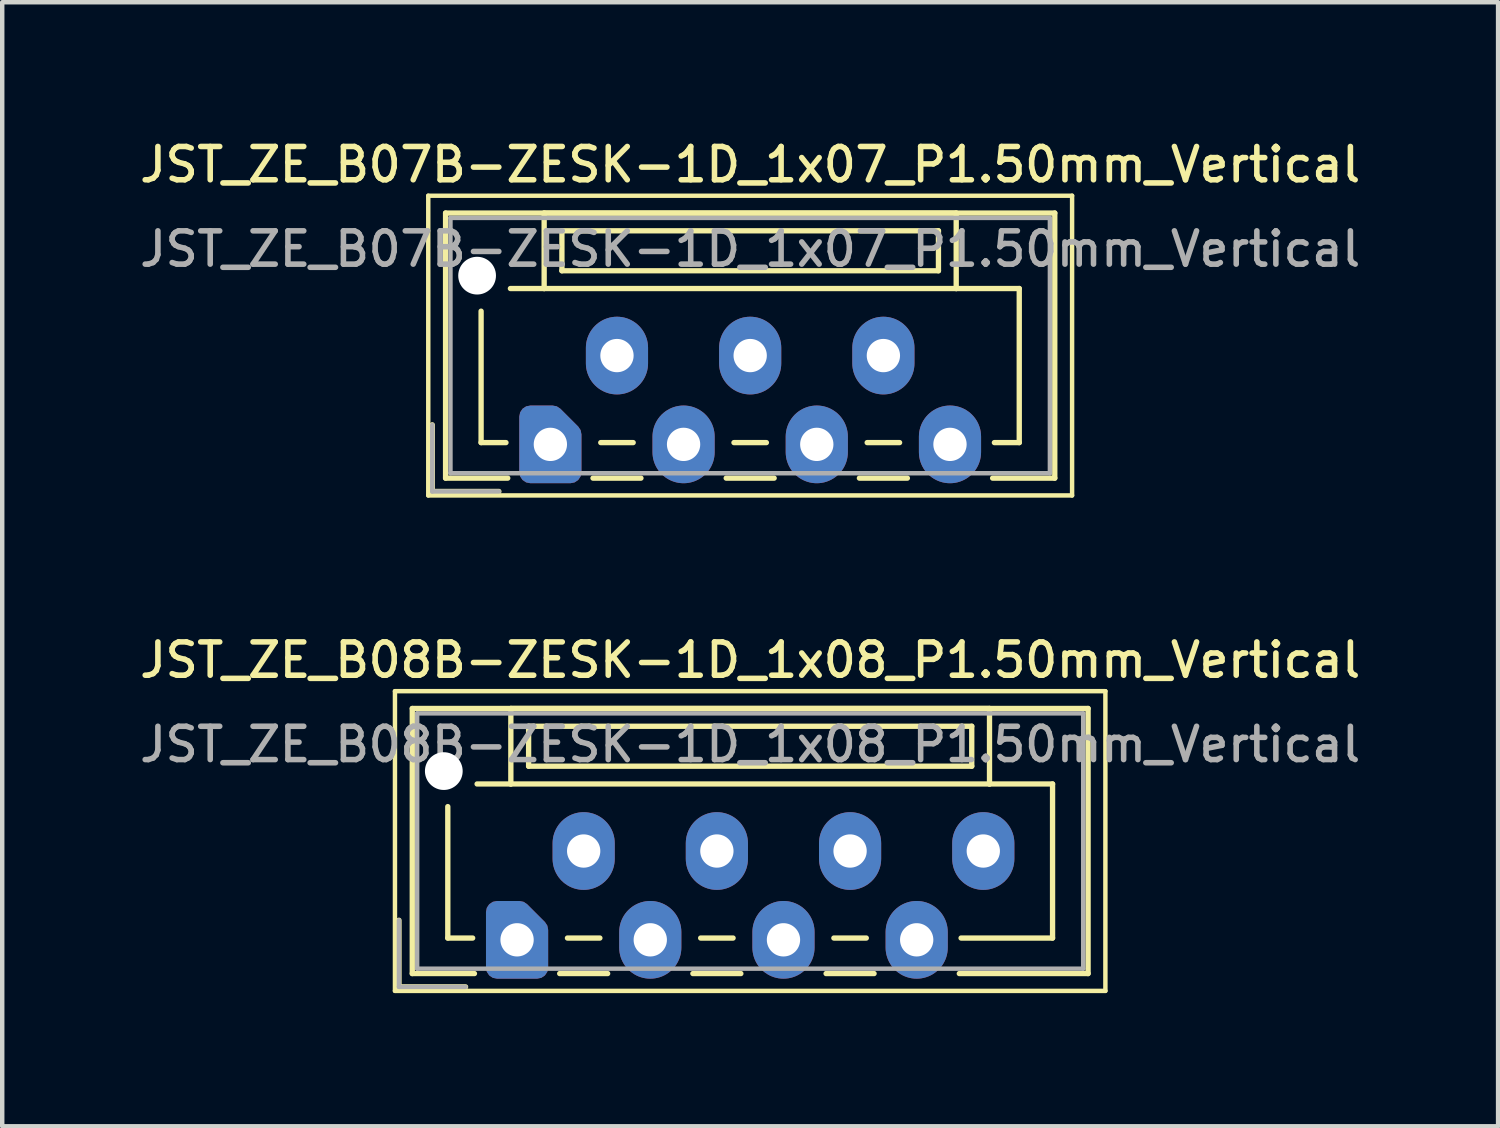
<source format=kicad_pcb>
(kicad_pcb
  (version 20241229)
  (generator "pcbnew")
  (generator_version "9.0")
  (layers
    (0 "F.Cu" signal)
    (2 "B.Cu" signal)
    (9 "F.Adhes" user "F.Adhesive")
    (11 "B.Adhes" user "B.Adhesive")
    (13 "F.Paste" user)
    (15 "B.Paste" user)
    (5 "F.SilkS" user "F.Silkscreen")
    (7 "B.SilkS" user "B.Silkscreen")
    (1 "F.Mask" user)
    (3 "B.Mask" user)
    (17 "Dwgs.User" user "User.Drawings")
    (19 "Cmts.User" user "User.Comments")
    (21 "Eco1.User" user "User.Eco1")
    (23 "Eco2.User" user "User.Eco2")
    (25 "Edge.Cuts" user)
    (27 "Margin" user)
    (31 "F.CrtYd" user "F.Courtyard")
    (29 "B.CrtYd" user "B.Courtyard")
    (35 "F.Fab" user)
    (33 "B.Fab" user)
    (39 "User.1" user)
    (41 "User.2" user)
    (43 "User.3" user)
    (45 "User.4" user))
  (footprint "JST_ZE_B07B-ZESK-1D_1x07_P1.50mm_Vertical"
    (layer "F.Cu")
    (at 9.345 6.958)
    (property "Reference" "JST_ZE_B07B-ZESK-1D_1x07_P1.50mm_Vertical" (at 4.5 -6.3 0) (layer "F.SilkS") (effects (font (size 0.75 0.75) (thickness 0.125))))
    (attr through_hole)
    (fp_line (start -2.75 -5.6) (end -2.75 1.15) (stroke (width 0.1) (type solid)) (layer "F.SilkS"))
    (fp_line (start -2.75 1.15) (end 11.75 1.15) (stroke (width 0.1) (type solid)) (layer "F.SilkS"))
    (fp_line (start -2.66 -0.44) (end -2.66 1.06) (stroke (width 0.12) (type solid)) (layer "F.SilkS"))
    (fp_line (start -2.66 1.06) (end -1.16 1.06) (stroke (width 0.12) (type solid)) (layer "F.SilkS"))
    (fp_line (start -2.36 -5.21) (end 11.36 -5.21) (stroke (width 0.12) (type solid)) (layer "F.SilkS"))
    (fp_line (start -2.36 0.76) (end -2.36 -5.21) (stroke (width 0.12) (type solid)) (layer "F.SilkS"))
    (fp_line (start -1.56 -3) (end -1.56 -0.04) (stroke (width 0.12) (type solid)) (layer "F.SilkS"))
    (fp_line (start -1.56 -0.04) (end -1 -0.04) (stroke (width 0.12) (type solid)) (layer "F.SilkS"))
    (fp_line (start -0.96 0.76) (end -2.36 0.76) (stroke (width 0.12) (type solid)) (layer "F.SilkS"))
    (fp_line (start -0.14 -5.21) (end -0.14 -3.51) (stroke (width 0.12) (type solid)) (layer "F.SilkS"))
    (fp_line (start -0.14 -3.51) (end -0.9 -3.51) (stroke (width 0.12) (type solid)) (layer "F.SilkS"))
    (fp_line (start -0.14 -3.51) (end 9.14 -3.51) (stroke (width 0.12) (type solid)) (layer "F.SilkS"))
    (fp_line (start 0.26 -4.81) (end 0.26 -3.91) (stroke (width 0.12) (type solid)) (layer "F.SilkS"))
    (fp_line (start 0.26 -3.91) (end 8.74 -3.91) (stroke (width 0.12) (type solid)) (layer "F.SilkS"))
    (fp_line (start 0.96 0.76) (end 2.04 0.76) (stroke (width 0.12) (type solid)) (layer "F.SilkS"))
    (fp_line (start 1.135 -0.04) (end 1.865 -0.04) (stroke (width 0.12) (type solid)) (layer "F.SilkS"))
    (fp_line (start 3.96 0.76) (end 5.04 0.76) (stroke (width 0.12) (type solid)) (layer "F.SilkS"))
    (fp_line (start 4.135 -0.04) (end 4.865 -0.04) (stroke (width 0.12) (type solid)) (layer "F.SilkS"))
    (fp_line (start 6.96 0.76) (end 8.04 0.76) (stroke (width 0.12) (type solid)) (layer "F.SilkS"))
    (fp_line (start 7.135 -0.04) (end 7.865 -0.04) (stroke (width 0.12) (type solid)) (layer "F.SilkS"))
    (fp_line (start 8.74 -4.81) (end 0.26 -4.81) (stroke (width 0.12) (type solid)) (layer "F.SilkS"))
    (fp_line (start 8.74 -3.91) (end 8.74 -4.81) (stroke (width 0.12) (type solid)) (layer "F.SilkS"))
    (fp_line (start 9.14 -5.21) (end -0.14 -5.21) (stroke (width 0.12) (type solid)) (layer "F.SilkS"))
    (fp_line (start 9.14 -3.51) (end 9.14 -5.21) (stroke (width 0.12) (type solid)) (layer "F.SilkS"))
    (fp_line (start 9.14 -3.51) (end 10.56 -3.51) (stroke (width 0.12) (type solid)) (layer "F.SilkS"))
    (fp_line (start 10.56 -3.51) (end 10.56 -0.04) (stroke (width 0.12) (type solid)) (layer "F.SilkS"))
    (fp_line (start 10.56 -0.04) (end 10 -0.04) (stroke (width 0.12) (type solid)) (layer "F.SilkS"))
    (fp_line (start 11.36 -5.21) (end 11.36 0.76) (stroke (width 0.12) (type solid)) (layer "F.SilkS"))
    (fp_line (start 11.36 0.76) (end 9.96 0.76) (stroke (width 0.12) (type solid)) (layer "F.SilkS"))
    (fp_line (start 11.75 -5.6) (end -2.75 -5.6) (stroke (width 0.1) (type solid)) (layer "F.SilkS"))
    (fp_line (start 11.75 1.15) (end 11.75 -5.6) (stroke (width 0.1) (type solid)) (layer "F.SilkS"))
    (fp_line (start -2.66 -0.44) (end -2.66 1.06) (stroke (width 0.1) (type solid)) (layer "F.Fab"))
    (fp_line (start -2.66 1.06) (end -1.16 1.06) (stroke (width 0.1) (type solid)) (layer "F.Fab"))
    (fp_line (start -2.25 -5.1) (end -2.25 0.65) (stroke (width 0.1) (type solid)) (layer "F.Fab"))
    (fp_line (start -2.25 0.65) (end 11.25 0.65) (stroke (width 0.1) (type solid)) (layer "F.Fab"))
    (fp_line (start 11.25 -5.1) (end -2.25 -5.1) (stroke (width 0.1) (type solid)) (layer "F.Fab"))
    (fp_line (start 11.25 0.65) (end 11.25 -5.1) (stroke (width 0.1) (type solid)) (layer "F.Fab"))
    (fp_text user "${REFERENCE}" (at 4.5 -4.4 0) (layer "F.Fab") (effects (font (size 0.75 0.75) (thickness 0.125))))
    (pad "" np_thru_hole circle (at -1.65 -3.8) (size 0.85 0.85) (drill 0.85) (layers "*.Cu" "*.Mask"))
    (pad "1" thru_hole custom (at 0 0) (size 1.117 1.117) (drill 0.75) (layers "*.Cu" "*.Mask") (options (anchor circle)) (primitives (gr_poly (pts (xy 0.45 -0.225) (xy 0.45 0.625) (xy -0.45 0.625) (xy -0.45 -0.625) (xy 0.05 -0.625)) (width 0.5) (fill yes))))
    (pad "2" thru_hole oval (at 1.5 -2) (size 1.4 1.75) (drill 0.75) (layers "*.Cu" "*.Mask"))
    (pad "3" thru_hole oval (at 3 0) (size 1.4 1.75) (drill 0.75) (layers "*.Cu" "*.Mask"))
    (pad "4" thru_hole oval (at 4.5 -2) (size 1.4 1.75) (drill 0.75) (layers "*.Cu" "*.Mask"))
    (pad "5" thru_hole oval (at 6 0) (size 1.4 1.75) (drill 0.75) (layers "*.Cu" "*.Mask"))
    (pad "6" thru_hole oval (at 7.5 -2) (size 1.4 1.75) (drill 0.75) (layers "*.Cu" "*.Mask"))
    (pad "7" thru_hole oval (at 9 0) (size 1.4 1.75) (drill 0.75) (layers "*.Cu" "*.Mask")))
  (footprint "JST_ZE_B08B-ZESK-1D_1x08_P1.50mm_Vertical"
    (layer "F.Cu")
    (at 8.595 18.116)
    (property "Reference" "JST_ZE_B08B-ZESK-1D_1x08_P1.50mm_Vertical" (at 5.25 -6.3 0) (layer "F.SilkS") (effects (font (size 0.75 0.75) (thickness 0.125))))
    (attr through_hole)
    (fp_line (start -2.75 -5.6) (end -2.75 1.15) (stroke (width 0.1) (type solid)) (layer "F.SilkS"))
    (fp_line (start -2.75 1.15) (end 13.25 1.15) (stroke (width 0.1) (type solid)) (layer "F.SilkS"))
    (fp_line (start -2.66 -0.44) (end -2.66 1.06) (stroke (width 0.12) (type solid)) (layer "F.SilkS"))
    (fp_line (start -2.66 1.06) (end -1.16 1.06) (stroke (width 0.12) (type solid)) (layer "F.SilkS"))
    (fp_line (start -2.36 -5.21) (end 12.86 -5.21) (stroke (width 0.12) (type solid)) (layer "F.SilkS"))
    (fp_line (start -2.36 0.76) (end -2.36 -5.21) (stroke (width 0.12) (type solid)) (layer "F.SilkS"))
    (fp_line (start -1.56 -3) (end -1.56 -0.04) (stroke (width 0.12) (type solid)) (layer "F.SilkS"))
    (fp_line (start -1.56 -0.04) (end -1 -0.04) (stroke (width 0.12) (type solid)) (layer "F.SilkS"))
    (fp_line (start -0.96 0.76) (end -2.36 0.76) (stroke (width 0.12) (type solid)) (layer "F.SilkS"))
    (fp_line (start -0.14 -5.21) (end -0.14 -3.51) (stroke (width 0.12) (type solid)) (layer "F.SilkS"))
    (fp_line (start -0.14 -3.51) (end -0.9 -3.51) (stroke (width 0.12) (type solid)) (layer "F.SilkS"))
    (fp_line (start -0.14 -3.51) (end 10.64 -3.51) (stroke (width 0.12) (type solid)) (layer "F.SilkS"))
    (fp_line (start 0.26 -4.81) (end 0.26 -3.91) (stroke (width 0.12) (type solid)) (layer "F.SilkS"))
    (fp_line (start 0.26 -3.91) (end 10.24 -3.91) (stroke (width 0.12) (type solid)) (layer "F.SilkS"))
    (fp_line (start 0.96 0.76) (end 2.04 0.76) (stroke (width 0.12) (type solid)) (layer "F.SilkS"))
    (fp_line (start 1.135 -0.04) (end 1.865 -0.04) (stroke (width 0.12) (type solid)) (layer "F.SilkS"))
    (fp_line (start 3.96 0.76) (end 5.04 0.76) (stroke (width 0.12) (type solid)) (layer "F.SilkS"))
    (fp_line (start 4.135 -0.04) (end 4.865 -0.04) (stroke (width 0.12) (type solid)) (layer "F.SilkS"))
    (fp_line (start 6.96 0.76) (end 8.04 0.76) (stroke (width 0.12) (type solid)) (layer "F.SilkS"))
    (fp_line (start 7.135 -0.04) (end 7.865 -0.04) (stroke (width 0.12) (type solid)) (layer "F.SilkS"))
    (fp_line (start 10.24 -4.81) (end 0.26 -4.81) (stroke (width 0.12) (type solid)) (layer "F.SilkS"))
    (fp_line (start 10.24 -3.91) (end 10.24 -4.81) (stroke (width 0.12) (type solid)) (layer "F.SilkS"))
    (fp_line (start 10.64 -5.21) (end -0.14 -5.21) (stroke (width 0.12) (type solid)) (layer "F.SilkS"))
    (fp_line (start 10.64 -3.51) (end 10.64 -5.21) (stroke (width 0.12) (type solid)) (layer "F.SilkS"))
    (fp_line (start 10.64 -3.51) (end 12.06 -3.51) (stroke (width 0.12) (type solid)) (layer "F.SilkS"))
    (fp_line (start 12.06 -3.51) (end 12.06 -0.04) (stroke (width 0.12) (type solid)) (layer "F.SilkS"))
    (fp_line (start 12.06 -0.04) (end 10 -0.04) (stroke (width 0.12) (type solid)) (layer "F.SilkS"))
    (fp_line (start 12.86 -5.21) (end 12.86 0.76) (stroke (width 0.12) (type solid)) (layer "F.SilkS"))
    (fp_line (start 12.86 0.76) (end 9.96 0.76) (stroke (width 0.12) (type solid)) (layer "F.SilkS"))
    (fp_line (start 13.25 -5.6) (end -2.75 -5.6) (stroke (width 0.1) (type solid)) (layer "F.SilkS"))
    (fp_line (start 13.25 1.15) (end 13.25 -5.6) (stroke (width 0.1) (type solid)) (layer "F.SilkS"))
    (fp_line (start -2.66 -0.44) (end -2.66 1.06) (stroke (width 0.1) (type solid)) (layer "F.Fab"))
    (fp_line (start -2.66 1.06) (end -1.16 1.06) (stroke (width 0.1) (type solid)) (layer "F.Fab"))
    (fp_line (start -2.25 -5.1) (end -2.25 0.65) (stroke (width 0.1) (type solid)) (layer "F.Fab"))
    (fp_line (start -2.25 0.65) (end 12.75 0.65) (stroke (width 0.1) (type solid)) (layer "F.Fab"))
    (fp_line (start 12.75 -5.1) (end -2.25 -5.1) (stroke (width 0.1) (type solid)) (layer "F.Fab"))
    (fp_line (start 12.75 0.65) (end 12.75 -5.1) (stroke (width 0.1) (type solid)) (layer "F.Fab"))
    (fp_text user "${REFERENCE}" (at 5.25 -4.4 0) (layer "F.Fab") (effects (font (size 0.75 0.75) (thickness 0.125))))
    (pad "" np_thru_hole circle (at -1.65 -3.8) (size 0.85 0.85) (drill 0.85) (layers "*.Cu" "*.Mask"))
    (pad "1" thru_hole custom (at 0 0) (size 1.117 1.117) (drill 0.75) (layers "*.Cu" "*.Mask") (options (anchor circle)) (primitives (gr_poly (pts (xy 0.45 -0.225) (xy 0.45 0.625) (xy -0.45 0.625) (xy -0.45 -0.625) (xy 0.05 -0.625)) (width 0.5) (fill yes))))
    (pad "2" thru_hole oval (at 1.5 -2) (size 1.4 1.75) (drill 0.75) (layers "*.Cu" "*.Mask"))
    (pad "3" thru_hole oval (at 3 0) (size 1.4 1.75) (drill 0.75) (layers "*.Cu" "*.Mask"))
    (pad "4" thru_hole oval (at 4.5 -2) (size 1.4 1.75) (drill 0.75) (layers "*.Cu" "*.Mask"))
    (pad "5" thru_hole oval (at 6 0) (size 1.4 1.75) (drill 0.75) (layers "*.Cu" "*.Mask"))
    (pad "6" thru_hole oval (at 7.5 -2) (size 1.4 1.75) (drill 0.75) (layers "*.Cu" "*.Mask"))
    (pad "7" thru_hole oval (at 9 0) (size 1.4 1.75) (drill 0.75) (layers "*.Cu" "*.Mask"))
    (pad "8" thru_hole oval (at 10.5 -2) (size 1.4 1.75) (drill 0.75) (layers "*.Cu" "*.Mask")))
  (gr_rect
    (start -3 -3)
    (end 30.689 22.316)
    (stroke (width 0.1) (type default))
    (fill no)
    (layer "Edge.Cuts")))
</source>
